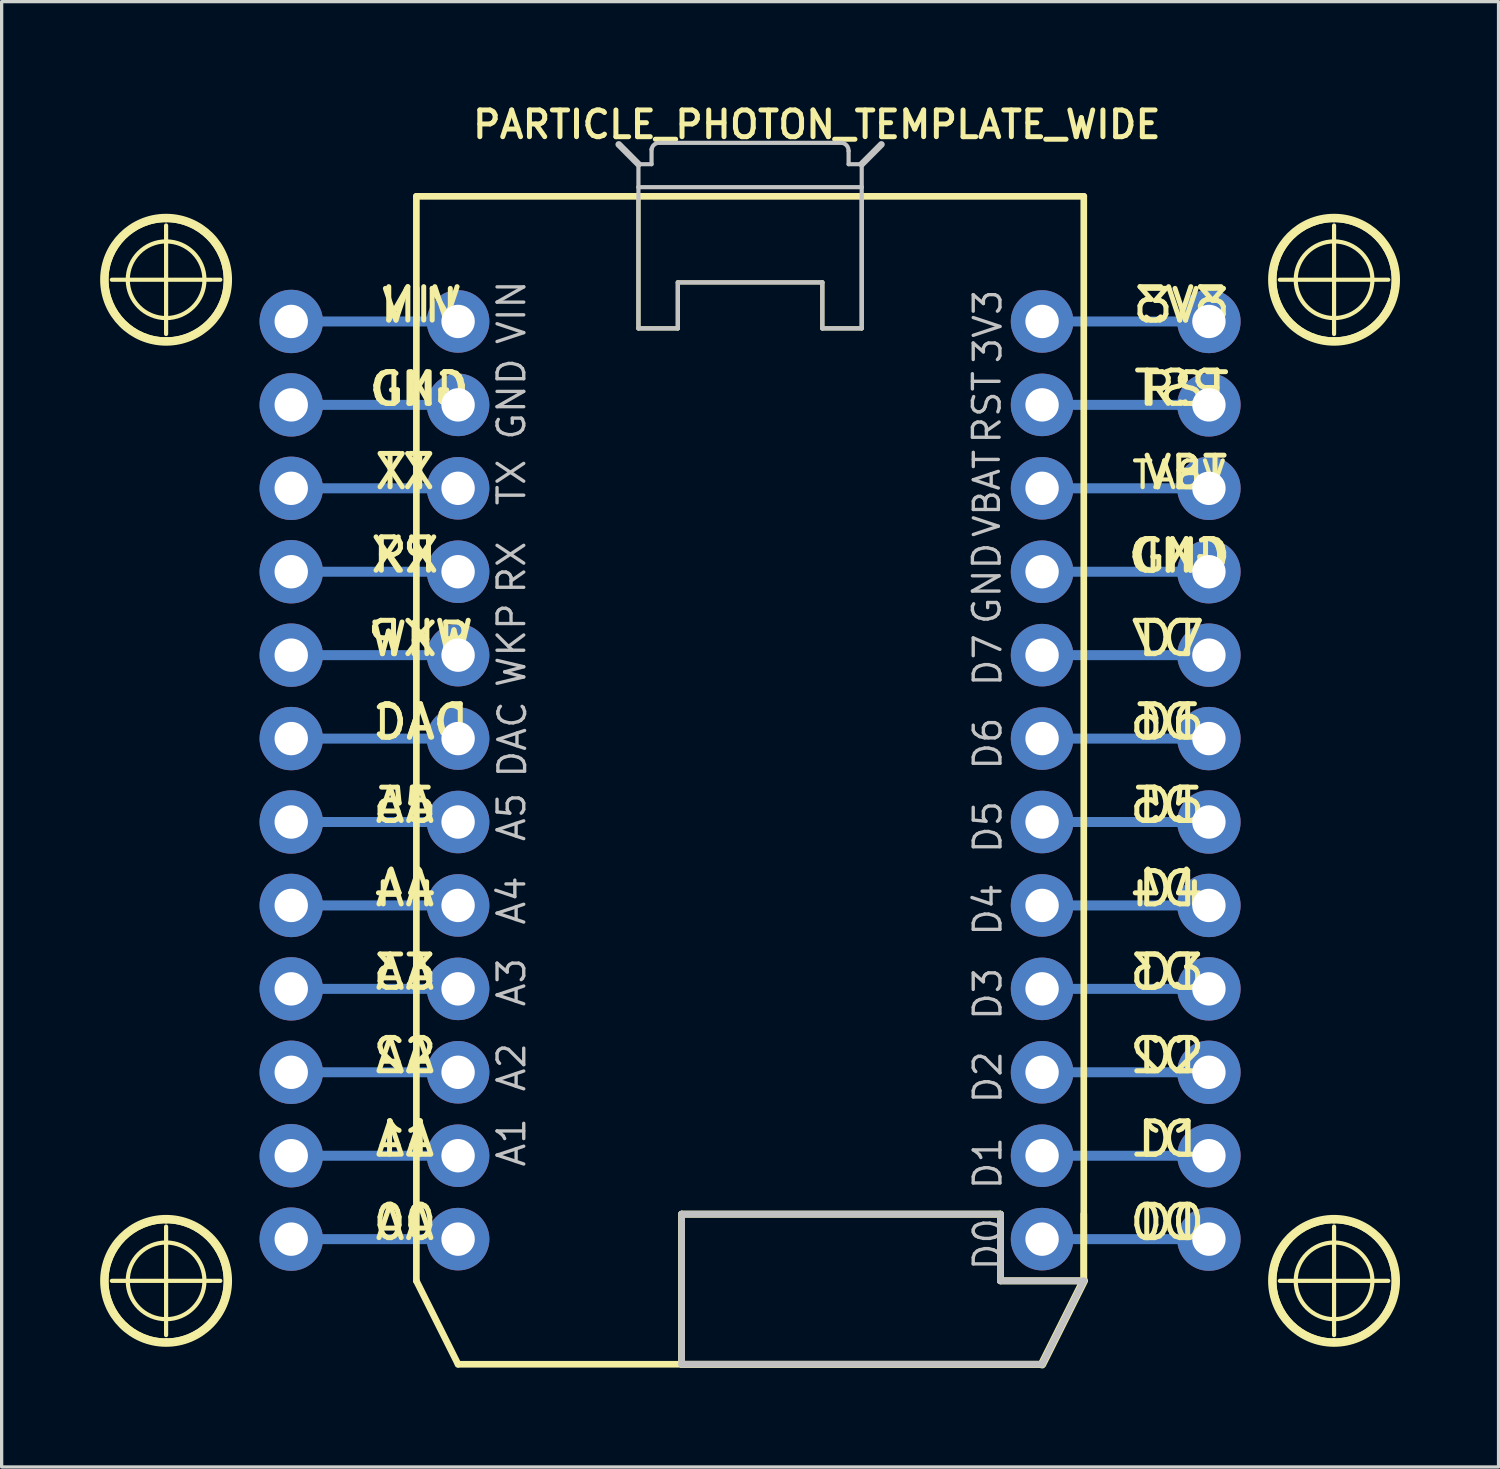
<source format=kicad_pcb>
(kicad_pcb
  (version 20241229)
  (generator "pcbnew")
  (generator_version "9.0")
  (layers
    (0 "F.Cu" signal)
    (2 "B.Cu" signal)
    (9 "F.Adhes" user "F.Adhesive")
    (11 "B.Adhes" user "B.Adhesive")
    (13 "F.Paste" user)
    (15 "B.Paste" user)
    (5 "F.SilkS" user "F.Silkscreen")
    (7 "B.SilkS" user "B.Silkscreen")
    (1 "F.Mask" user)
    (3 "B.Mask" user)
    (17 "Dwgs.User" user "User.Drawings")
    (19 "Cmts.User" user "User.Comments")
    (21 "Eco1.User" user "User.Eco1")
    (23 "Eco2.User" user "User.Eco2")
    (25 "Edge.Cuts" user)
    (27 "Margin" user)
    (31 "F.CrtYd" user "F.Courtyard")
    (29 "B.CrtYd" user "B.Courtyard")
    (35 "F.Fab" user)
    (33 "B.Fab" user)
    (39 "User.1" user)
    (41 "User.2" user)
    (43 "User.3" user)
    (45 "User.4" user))
  (footprint "PARTICLE_PHOTON_TEMPLATE_WIDE"
    (layer "F.Cu")
    (at 19.787 20.707)
    (property "Reference" "PARTICLE_PHOTON_TEMPLATE_WIDE" (at 2.032 -19.964 0) (layer "F.SilkS") (effects (font (size 0.813 0.813) (thickness 0.152))))
    (attr exclude_from_pos_files exclude_from_bom)
    (fp_line (start -13.97 -13.97) (end -8.89 -13.97) (stroke (width 0.305) (type solid)) (layer "B.Cu"))
    (fp_line (start -13.97 -8.89) (end -8.89 -8.89) (stroke (width 0.305) (type solid)) (layer "B.Cu"))
    (fp_line (start -13.97 -6.35) (end -8.89 -6.35) (stroke (width 0.305) (type solid)) (layer "B.Cu"))
    (fp_line (start -13.97 -3.81) (end -8.89 -3.81) (stroke (width 0.305) (type solid)) (layer "B.Cu"))
    (fp_line (start -13.97 -1.27) (end -8.89 -1.27) (stroke (width 0.305) (type solid)) (layer "B.Cu"))
    (fp_line (start -13.97 1.27) (end -8.89 1.27) (stroke (width 0.305) (type solid)) (layer "B.Cu"))
    (fp_line (start -13.97 3.81) (end -8.89 3.81) (stroke (width 0.305) (type solid)) (layer "B.Cu"))
    (fp_line (start -13.97 6.35) (end -8.89 6.35) (stroke (width 0.305) (type solid)) (layer "B.Cu"))
    (fp_line (start -13.97 8.89) (end -8.89 8.89) (stroke (width 0.305) (type solid)) (layer "B.Cu"))
    (fp_line (start -13.97 11.43) (end -8.89 11.43) (stroke (width 0.305) (type solid)) (layer "B.Cu"))
    (fp_line (start -13.97 13.97) (end -8.89 13.97) (stroke (width 0.305) (type solid)) (layer "B.Cu"))
    (fp_line (start -8.89 -11.43) (end -13.97 -11.43) (stroke (width 0.305) (type solid)) (layer "B.Cu"))
    (fp_line (start 8.89 -13.97) (end 13.97 -13.97) (stroke (width 0.305) (type solid)) (layer "B.Cu"))
    (fp_line (start 8.89 -11.43) (end 13.97 -11.43) (stroke (width 0.305) (type solid)) (layer "B.Cu"))
    (fp_line (start 8.89 -8.89) (end 13.97 -8.89) (stroke (width 0.305) (type solid)) (layer "B.Cu"))
    (fp_line (start 8.89 -6.35) (end 13.97 -6.35) (stroke (width 0.305) (type solid)) (layer "B.Cu"))
    (fp_line (start 8.89 -3.81) (end 13.97 -3.81) (stroke (width 0.305) (type solid)) (layer "B.Cu"))
    (fp_line (start 8.89 -1.27) (end 13.97 -1.27) (stroke (width 0.305) (type solid)) (layer "B.Cu"))
    (fp_line (start 8.89 1.27) (end 13.97 1.27) (stroke (width 0.305) (type solid)) (layer "B.Cu"))
    (fp_line (start 8.89 3.81) (end 13.97 3.81) (stroke (width 0.305) (type solid)) (layer "B.Cu"))
    (fp_line (start 8.89 6.35) (end 13.97 6.35) (stroke (width 0.305) (type solid)) (layer "B.Cu"))
    (fp_line (start 8.89 8.89) (end 13.97 8.89) (stroke (width 0.305) (type solid)) (layer "B.Cu"))
    (fp_line (start 8.89 11.43) (end 13.97 11.43) (stroke (width 0.305) (type solid)) (layer "B.Cu"))
    (fp_line (start 8.89 13.97) (end 13.97 13.97) (stroke (width 0.305) (type solid)) (layer "B.Cu"))
    (fp_line (start -19.431 -15.24) (end -16.129 -15.24) (stroke (width 0.127) (type solid)) (layer "F.SilkS"))
    (fp_line (start -19.431 15.24) (end -16.129 15.24) (stroke (width 0.127) (type solid)) (layer "F.SilkS"))
    (fp_line (start -17.78 -13.589) (end -17.78 -16.891) (stroke (width 0.127) (type solid)) (layer "F.SilkS"))
    (fp_line (start -17.78 16.891) (end -17.78 13.589) (stroke (width 0.127) (type solid)) (layer "F.SilkS"))
    (fp_line (start -10.16 -17.78) (end -3.399 -17.78) (stroke (width 0.203) (type solid)) (layer "F.SilkS"))
    (fp_line (start -10.16 15.24) (end -10.16 -17.78) (stroke (width 0.203) (type solid)) (layer "F.SilkS"))
    (fp_line (start -8.89 17.78) (end -10.16 15.24) (stroke (width 0.203) (type solid)) (layer "F.SilkS"))
    (fp_line (start -3.399 -17.78) (end 3.399 -17.78) (stroke (width 0.203) (type solid)) (layer "F.SilkS"))
    (fp_line (start -3.399 -13.759) (end -3.399 -17.78) (stroke (width 0.127) (type solid)) (layer "F.SilkS"))
    (fp_line (start -3.399 -13.759) (end -2.2 -13.759) (stroke (width 0.127) (type solid)) (layer "F.SilkS"))
    (fp_line (start -2.2 -15.159) (end -2.2 -13.759) (stroke (width 0.127) (type solid)) (layer "F.SilkS"))
    (fp_line (start -2.083 13.208) (end -2.083 17.78) (stroke (width 0.203) (type solid)) (layer "F.SilkS"))
    (fp_line (start -2.083 13.208) (end -2.083 17.78) (stroke (width 0.203) (type solid)) (layer "F.SilkS"))
    (fp_line (start -2.083 17.78) (end 8.89 17.78) (stroke (width 0.203) (type solid)) (layer "F.SilkS"))
    (fp_line (start -2.083 17.78) (end 8.89 17.78) (stroke (width 0.203) (type solid)) (layer "F.SilkS"))
    (fp_line (start 2.2 -15.159) (end -2.2 -15.159) (stroke (width 0.127) (type solid)) (layer "F.SilkS"))
    (fp_line (start 2.2 -15.159) (end 2.2 -13.759) (stroke (width 0.127) (type solid)) (layer "F.SilkS"))
    (fp_line (start 3.399 -17.78) (end 3.399 -13.759) (stroke (width 0.127) (type solid)) (layer "F.SilkS"))
    (fp_line (start 3.399 -17.78) (end 10.16 -17.78) (stroke (width 0.203) (type solid)) (layer "F.SilkS"))
    (fp_line (start 3.399 -13.759) (end 2.2 -13.759) (stroke (width 0.127) (type solid)) (layer "F.SilkS"))
    (fp_line (start 7.62 13.208) (end -2.083 13.208) (stroke (width 0.203) (type solid)) (layer "F.SilkS"))
    (fp_line (start 7.62 13.208) (end -2.083 13.208) (stroke (width 0.203) (type solid)) (layer "F.SilkS"))
    (fp_line (start 7.62 15.24) (end 7.62 13.208) (stroke (width 0.203) (type solid)) (layer "F.SilkS"))
    (fp_line (start 7.62 15.24) (end 7.62 13.208) (stroke (width 0.203) (type solid)) (layer "F.SilkS"))
    (fp_line (start 8.89 17.78) (end -8.89 17.78) (stroke (width 0.203) (type solid)) (layer "F.SilkS"))
    (fp_line (start 8.89 17.78) (end 10.16 15.24) (stroke (width 0.203) (type solid)) (layer "F.SilkS"))
    (fp_line (start 8.89 17.78) (end 10.16 15.24) (stroke (width 0.203) (type solid)) (layer "F.SilkS"))
    (fp_line (start 10.16 -17.78) (end 10.16 15.24) (stroke (width 0.203) (type solid)) (layer "F.SilkS"))
    (fp_line (start 10.16 13.208) (end 10.16 15.24) (stroke (width 0.203) (type solid)) (layer "F.SilkS"))
    (fp_line (start 10.16 15.24) (end 7.62 15.24) (stroke (width 0.203) (type solid)) (layer "F.SilkS"))
    (fp_line (start 10.16 15.24) (end 7.62 15.24) (stroke (width 0.203) (type solid)) (layer "F.SilkS"))
    (fp_line (start 10.16 15.24) (end 8.89 17.78) (stroke (width 0.254) (type solid)) (layer "F.SilkS"))
    (fp_line (start 16.129 -15.24) (end 19.431 -15.24) (stroke (width 0.127) (type solid)) (layer "F.SilkS"))
    (fp_line (start 16.129 15.24) (end 19.431 15.24) (stroke (width 0.127) (type solid)) (layer "F.SilkS"))
    (fp_line (start 17.78 -13.589) (end 17.78 -16.891) (stroke (width 0.127) (type solid)) (layer "F.SilkS"))
    (fp_line (start 17.78 16.891) (end 17.78 13.589) (stroke (width 0.127) (type solid)) (layer "F.SilkS"))
    (fp_arc (start -17.78 -17.0942) (mid -15.9258 -15.24) (end -17.78 -13.3858) (stroke (width 0.2032) (type solid)) (layer "F.SilkS"))
    (fp_arc (start -17.78 -17.0942) (mid -15.9258 -15.24) (end -17.78 -13.3858) (stroke (width 0.2032) (type solid)) (layer "F.SilkS"))
    (fp_arc (start -17.78 -13.3858) (mid -19.6342 -15.24) (end -17.78 -17.0942) (stroke (width 0.2032) (type solid)) (layer "F.SilkS"))
    (fp_arc (start -17.78 -13.3858) (mid -19.6342 -15.24) (end -17.78 -17.0942) (stroke (width 0.2032) (type solid)) (layer "F.SilkS"))
    (fp_arc (start -17.78 13.3858) (mid -15.9258 15.24) (end -17.78 17.0942) (stroke (width 0.2032) (type solid)) (layer "F.SilkS"))
    (fp_arc (start -17.78 13.3858) (mid -15.9258 15.24) (end -17.78 17.0942) (stroke (width 0.2032) (type solid)) (layer "F.SilkS"))
    (fp_arc (start -17.78 17.0942) (mid -19.6342 15.24) (end -17.78 13.3858) (stroke (width 0.2032) (type solid)) (layer "F.SilkS"))
    (fp_arc (start -17.78 17.0942) (mid -19.6342 15.24) (end -17.78 13.3858) (stroke (width 0.2032) (type solid)) (layer "F.SilkS"))
    (fp_arc (start 17.78 -17.0942) (mid 19.6342 -15.24) (end 17.78 -13.3858) (stroke (width 0.2032) (type solid)) (layer "F.SilkS"))
    (fp_arc (start 17.78 -17.0942) (mid 19.6342 -15.24) (end 17.78 -13.3858) (stroke (width 0.2032) (type solid)) (layer "F.SilkS"))
    (fp_arc (start 17.78 -13.3858) (mid 15.9258 -15.24) (end 17.78 -17.0942) (stroke (width 0.2032) (type solid)) (layer "F.SilkS"))
    (fp_arc (start 17.78 -13.3858) (mid 15.9258 -15.24) (end 17.78 -17.0942) (stroke (width 0.2032) (type solid)) (layer "F.SilkS"))
    (fp_arc (start 17.78 13.3858) (mid 19.6342 15.24) (end 17.78 17.0942) (stroke (width 0.2032) (type solid)) (layer "F.SilkS"))
    (fp_arc (start 17.78 13.3858) (mid 19.6342 15.24) (end 17.78 17.0942) (stroke (width 0.2032) (type solid)) (layer "F.SilkS"))
    (fp_arc (start 17.78 17.0942) (mid 15.9258 15.24) (end 17.78 13.3858) (stroke (width 0.2032) (type solid)) (layer "F.SilkS"))
    (fp_arc (start 17.78 17.0942) (mid 15.9258 15.24) (end 17.78 13.3858) (stroke (width 0.2032) (type solid)) (layer "F.SilkS"))
    (fp_circle (center -17.78 -15.24) (end -19.177 -16.637) (stroke (width 0.064) (type solid)) (fill no) (layer "F.SilkS"))
    (fp_circle (center -17.78 -15.24) (end -18.605 -16.066) (stroke (width 0.127) (type solid)) (fill no) (layer "F.SilkS"))
    (fp_circle (center -17.78 15.24) (end -19.177 16.637) (stroke (width 0.064) (type solid)) (fill no) (layer "F.SilkS"))
    (fp_circle (center -17.78 15.24) (end -18.605 16.066) (stroke (width 0.127) (type solid)) (fill no) (layer "F.SilkS"))
    (fp_circle (center 17.78 -15.24) (end 18.605 -16.066) (stroke (width 0.127) (type solid)) (fill no) (layer "F.SilkS"))
    (fp_circle (center 17.78 -15.24) (end 19.177 -16.637) (stroke (width 0.064) (type solid)) (fill no) (layer "F.SilkS"))
    (fp_circle (center 17.78 15.24) (end 18.605 16.066) (stroke (width 0.127) (type solid)) (fill no) (layer "F.SilkS"))
    (fp_circle (center 17.78 15.24) (end 19.177 16.637) (stroke (width 0.064) (type solid)) (fill no) (layer "F.SilkS"))
    (fp_line (start -3.399 -18.758) (end -3.998 -19.36) (stroke (width 0.203) (type solid)) (layer "Dwgs.User"))
    (fp_line (start -3.399 -18.059) (end -3.399 -18.758) (stroke (width 0.127) (type solid)) (layer "Dwgs.User"))
    (fp_line (start -3.399 -13.759) (end -3.399 -18.059) (stroke (width 0.127) (type solid)) (layer "Dwgs.User"))
    (fp_line (start -3.399 -13.759) (end -2.2 -13.759) (stroke (width 0.127) (type solid)) (layer "Dwgs.User"))
    (fp_line (start -3 -19.207) (end -3 -18.758) (stroke (width 0.127) (type solid)) (layer "Dwgs.User"))
    (fp_line (start -3 -18.758) (end -3.399 -18.758) (stroke (width 0.127) (type solid)) (layer "Dwgs.User"))
    (fp_line (start -2.2 -15.159) (end -2.2 -13.759) (stroke (width 0.127) (type solid)) (layer "Dwgs.User"))
    (fp_line (start -2.083 13.208) (end -2.083 17.78) (stroke (width 0.203) (type solid)) (layer "Dwgs.User"))
    (fp_line (start -2.083 17.78) (end 8.89 17.78) (stroke (width 0.203) (type solid)) (layer "Dwgs.User"))
    (fp_line (start 2.2 -15.159) (end -2.2 -15.159) (stroke (width 0.127) (type solid)) (layer "Dwgs.User"))
    (fp_line (start 2.2 -15.159) (end 2.2 -13.759) (stroke (width 0.127) (type solid)) (layer "Dwgs.User"))
    (fp_line (start 2.799 -19.408) (end -2.748 -19.408) (stroke (width 0.127) (type solid)) (layer "Dwgs.User"))
    (fp_line (start 3 -18.758) (end 3 -19.159) (stroke (width 0.127) (type solid)) (layer "Dwgs.User"))
    (fp_line (start 3.399 -18.758) (end 3 -18.758) (stroke (width 0.127) (type solid)) (layer "Dwgs.User"))
    (fp_line (start 3.399 -18.758) (end 3.399 -18.059) (stroke (width 0.127) (type solid)) (layer "Dwgs.User"))
    (fp_line (start 3.399 -18.758) (end 3.998 -19.36) (stroke (width 0.203) (type solid)) (layer "Dwgs.User"))
    (fp_line (start 3.399 -18.059) (end -3.399 -18.059) (stroke (width 0.127) (type solid)) (layer "Dwgs.User"))
    (fp_line (start 3.399 -18.059) (end 3.399 -13.759) (stroke (width 0.127) (type solid)) (layer "Dwgs.User"))
    (fp_line (start 3.399 -13.759) (end 2.2 -13.759) (stroke (width 0.127) (type solid)) (layer "Dwgs.User"))
    (fp_line (start 7.62 13.208) (end -2.083 13.208) (stroke (width 0.203) (type solid)) (layer "Dwgs.User"))
    (fp_line (start 7.62 15.24) (end 7.62 13.208) (stroke (width 0.203) (type solid)) (layer "Dwgs.User"))
    (fp_line (start 10.16 15.24) (end 7.62 15.24) (stroke (width 0.203) (type solid)) (layer "Dwgs.User"))
    (fp_line (start 10.16 15.24) (end 8.89 17.78) (stroke (width 0.203) (type solid)) (layer "Dwgs.User"))
    (fp_arc (start -2.99974 -19.20748) (mid -2.914465 -19.357069) (end -2.750764 -19.410461) (stroke (width 0.127) (type solid)) (layer "Dwgs.User"))
    (fp_arc (start 2.79908 -19.40814) (mid 2.946301 -19.321817) (end 2.997236 -19.158933) (stroke (width 0.127) (type solid)) (layer "Dwgs.User"))
    (fp_text user "A0" (at -10.541 13.462 0) (layer "F.SilkS") (effects (font (size 1.016 1.016) (thickness 0.152)) (justify mirror)))
    (fp_text user "D7" (at 12.827 -4.318 0) (layer "F.SilkS") (effects (font (size 1.016 1.016) (thickness 0.152))))
    (fp_text user "3V3" (at 13.259 -14.45 0) (layer "F.SilkS") (effects (font (size 0.965 0.965) (thickness 0.152))))
    (fp_text user "DAC" (at -10.033 -1.778 0) (layer "F.SilkS") (effects (font (size 1.016 1.016) (thickness 0.152)) (justify mirror)))
    (fp_text user "A5" (at -10.477 0.762 0) (layer "F.SilkS") (effects (font (size 1.016 1.016) (thickness 0.152))))
    (fp_text user "DAC" (at -10.046 -1.753 0) (layer "F.SilkS") (effects (font (size 0.965 0.965) (thickness 0.152))))
    (fp_text user "A1" (at -10.477 10.922 0) (layer "F.SilkS") (effects (font (size 1.016 1.016) (thickness 0.152))))
    (fp_text user "A5" (at -10.541 0.762 0) (layer "F.SilkS") (effects (font (size 1.016 1.016) (thickness 0.152)) (justify mirror)))
    (fp_text user "D7" (at 12.573 -4.318 0) (layer "F.SilkS") (effects (font (size 1.016 1.016) (thickness 0.152)) (justify mirror)))
    (fp_text user "RX" (at -10.541 -6.858 0) (layer "F.SilkS") (effects (font (size 1.016 1.016) (thickness 0.152)) (justify mirror)))
    (fp_text user "GND" (at -10.046 -11.913 0) (layer "F.SilkS") (effects (font (size 0.965 0.965) (thickness 0.152))))
    (fp_text user "TX" (at -10.541 -9.398 0) (layer "F.SilkS") (effects (font (size 1.016 1.016) (thickness 0.152)) (justify mirror)))
    (fp_text user "A0" (at -10.477 13.462 0) (layer "F.SilkS") (effects (font (size 1.016 1.016) (thickness 0.152))))
    (fp_text user "WKP" (at -10.033 -4.318 0) (layer "F.SilkS") (effects (font (size 1.016 1.016) (thickness 0.152)) (justify mirror)))
    (fp_text user "VIN" (at -10.046 -14.45 0) (layer "F.SilkS") (effects (font (size 0.965 0.965) (thickness 0.152))))
    (fp_text user "RX" (at -10.477 -6.858 0) (layer "F.SilkS") (effects (font (size 1.016 1.016) (thickness 0.152))))
    (fp_text user "D4" (at 12.573 3.302 0) (layer "F.SilkS") (effects (font (size 1.016 1.016) (thickness 0.152)) (justify mirror)))
    (fp_text user "D5" (at 12.827 0.762 0) (layer "F.SilkS") (effects (font (size 1.016 1.016) (thickness 0.152))))
    (fp_text user "3V3" (at 13.081 -14.475 0) (layer "F.SilkS") (effects (font (size 1.016 1.016) (thickness 0.152)) (justify mirror)))
    (fp_text user "GND" (at -10.109 -11.913 0) (layer "F.SilkS") (effects (font (size 0.965 0.965) (thickness 0.152)) (justify mirror)))
    (fp_text user "D1" (at 12.827 10.922 0) (layer "F.SilkS") (effects (font (size 1.016 1.016) (thickness 0.152))))
    (fp_text user "VIN" (at -10.033 -14.475 0) (layer "F.SilkS") (effects (font (size 1.016 1.016) (thickness 0.152)) (justify mirror)))
    (fp_text user "VBT" (at 13.259 -9.373 0) (layer "F.SilkS") (effects (font (size 0.965 0.965) (thickness 0.152))))
    (fp_text user "VBAT" (at 13.056 -9.296 0) (layer "F.SilkS") (effects (font (size 0.813 0.813) (thickness 0.127)) (justify mirror)))
    (fp_text user "D6" (at 12.827 -1.778 0) (layer "F.SilkS") (effects (font (size 1.016 1.016) (thickness 0.152))))
    (fp_text user "A2" (at -10.477 8.382 0) (layer "F.SilkS") (effects (font (size 1.016 1.016) (thickness 0.152))))
    (fp_text user "D2" (at 12.827 8.382 0) (layer "F.SilkS") (effects (font (size 1.016 1.016) (thickness 0.152))))
    (fp_text user "RST" (at 13.081 -11.938 0) (layer "F.SilkS") (effects (font (size 1.016 1.016) (thickness 0.152)) (justify mirror)))
    (fp_text user "A1" (at -10.541 10.922 0) (layer "F.SilkS") (effects (font (size 1.016 1.016) (thickness 0.152)) (justify mirror)))
    (fp_text user "D5" (at 12.573 0.762 0) (layer "F.SilkS") (effects (font (size 1.016 1.016) (thickness 0.152)) (justify mirror)))
    (fp_text user "A4" (at -10.541 3.302 0) (layer "F.SilkS") (effects (font (size 1.016 1.016) (thickness 0.152)) (justify mirror)))
    (fp_text user "D2" (at 12.573 8.382 0) (layer "F.SilkS") (effects (font (size 1.016 1.016) (thickness 0.152)) (justify mirror)))
    (fp_text user "D0" (at 12.573 13.462 0) (layer "F.SilkS") (effects (font (size 1.016 1.016) (thickness 0.152)) (justify mirror)))
    (fp_text user "D1" (at 12.573 10.922 0) (layer "F.SilkS") (effects (font (size 1.016 1.016) (thickness 0.152)) (justify mirror)))
    (fp_text user "A3" (at -10.477 5.842 0) (layer "F.SilkS") (effects (font (size 1.016 1.016) (thickness 0.152))))
    (fp_text user "GND" (at 13.005 -6.833 0) (layer "F.SilkS") (effects (font (size 0.965 0.965) (thickness 0.152)) (justify mirror)))
    (fp_text user "A4" (at -10.477 3.302 0) (layer "F.SilkS") (effects (font (size 1.016 1.016) (thickness 0.152))))
    (fp_text user "D0" (at 12.827 13.462 0) (layer "F.SilkS") (effects (font (size 1.016 1.016) (thickness 0.152))))
    (fp_text user "GND" (at 13.132 -6.833 0) (layer "F.SilkS") (effects (font (size 0.965 0.965) (thickness 0.152))))
    (fp_text user "D3" (at 12.827 5.842 0) (layer "F.SilkS") (effects (font (size 1.016 1.016) (thickness 0.152))))
    (fp_text user "A2" (at -10.541 8.382 0) (layer "F.SilkS") (effects (font (size 1.016 1.016) (thickness 0.152)) (justify mirror)))
    (fp_text user "RST" (at 13.259 -11.913 0) (layer "F.SilkS") (effects (font (size 0.965 0.965) (thickness 0.152))))
    (fp_text user "A3" (at -10.541 5.842 0) (layer "F.SilkS") (effects (font (size 1.016 1.016) (thickness 0.152)) (justify mirror)))
    (fp_text user "TX" (at -10.477 -9.398 0) (layer "F.SilkS") (effects (font (size 1.016 1.016) (thickness 0.152))))
    (fp_text user "D6" (at 12.573 -1.778 0) (layer "F.SilkS") (effects (font (size 1.016 1.016) (thickness 0.152)) (justify mirror)))
    (fp_text user "D3" (at 12.573 5.842 0) (layer "F.SilkS") (effects (font (size 1.016 1.016) (thickness 0.152)) (justify mirror)))
    (fp_text user "WKP" (at -10.046 -4.293 0) (layer "F.SilkS") (effects (font (size 0.965 0.965) (thickness 0.152))))
    (fp_text user "D4" (at 12.827 3.302 0) (layer "F.SilkS") (effects (font (size 1.016 1.016) (thickness 0.152))))
    (fp_text user "WKP" (at -7.262 -4.115 90) (layer "Dwgs.User") (effects (font (size 0.813 0.813) (thickness 0.102))))
    (fp_text user "A4" (at -7.262 3.658 90) (layer "Dwgs.User") (effects (font (size 0.813 0.813) (thickness 0.102))))
    (fp_text user "A1" (at -7.262 11.024 90) (layer "Dwgs.User") (effects (font (size 0.813 0.813) (thickness 0.102))))
    (fp_text user "A5" (at -7.262 1.118 90) (layer "Dwgs.User") (effects (font (size 0.813 0.813) (thickness 0.102))))
    (fp_text user "3V3" (at 7.236 -13.818 270) (layer "Dwgs.User") (effects (font (size 0.813 0.813) (thickness 0.102))))
    (fp_text user "GND" (at -7.262 -11.608 90) (layer "Dwgs.User") (effects (font (size 0.813 0.813) (thickness 0.102))))
    (fp_text user "VBAT" (at 7.211 -8.735 270) (layer "Dwgs.User") (effects (font (size 0.762 0.762) (thickness 0.102))))
    (fp_text user "D1" (at 7.236 11.659 270) (layer "Dwgs.User") (effects (font (size 0.813 0.813) (thickness 0.102))))
    (fp_text user "D5" (at 7.236 1.422 270) (layer "Dwgs.User") (effects (font (size 0.813 0.813) (thickness 0.102))))
    (fp_text user "D7" (at 7.236 -3.658 270) (layer "Dwgs.User") (effects (font (size 0.813 0.813) (thickness 0.102))))
    (fp_text user "DAC" (at -7.236 -1.245 90) (layer "Dwgs.User") (effects (font (size 0.813 0.813) (thickness 0.102))))
    (fp_text user "RX" (at -7.262 -6.477 90) (layer "Dwgs.User") (effects (font (size 0.813 0.813) (thickness 0.102))))
    (fp_text user "D4" (at 7.236 3.937 270) (layer "Dwgs.User") (effects (font (size 0.813 0.813) (thickness 0.102))))
    (fp_text user "VIN" (at -7.262 -14.249 90) (layer "Dwgs.User") (effects (font (size 0.813 0.813) (thickness 0.102))))
    (fp_text user "D2" (at 7.236 9.042 270) (layer "Dwgs.User") (effects (font (size 0.813 0.813) (thickness 0.102))))
    (fp_text user "D0" (at 7.236 14.122 270) (layer "Dwgs.User") (effects (font (size 0.813 0.813) (thickness 0.102))))
    (fp_text user "D6" (at 7.236 -1.118 270) (layer "Dwgs.User") (effects (font (size 0.813 0.813) (thickness 0.102))))
    (fp_text user "TX" (at -7.262 -9.068 90) (layer "Dwgs.User") (effects (font (size 0.813 0.813) (thickness 0.102))))
    (fp_text user "A2" (at -7.262 8.735 90) (layer "Dwgs.User") (effects (font (size 0.813 0.813) (thickness 0.102))))
    (fp_text user "GND" (at 7.211 -5.994 270) (layer "Dwgs.User") (effects (font (size 0.813 0.813) (thickness 0.102))))
    (fp_text user "RST" (at 7.211 -11.354 270) (layer "Dwgs.User") (effects (font (size 0.813 0.813) (thickness 0.102))))
    (fp_text user "A3" (at -7.262 6.147 90) (layer "Dwgs.User") (effects (font (size 0.813 0.813) (thickness 0.102))))
    (fp_text user "D3" (at 7.236 6.502 270) (layer "Dwgs.User") (effects (font (size 0.813 0.813) (thickness 0.102))))
    (pad "1" thru_hole circle (at -8.89 -13.97) (size 1.905 1.905) (drill 1.016) (layers "*.Cu" "*.Paste" "*.Mask"))
    (pad "2" thru_hole circle (at -8.89 -11.43) (size 1.905 1.905) (drill 1.016) (layers "*.Cu" "*.Paste" "*.Mask"))
    (pad "3" thru_hole circle (at -8.89 -8.89) (size 1.905 1.905) (drill 1.016) (layers "*.Cu" "*.Paste" "*.Mask"))
    (pad "3V3" thru_hole circle (at 13.97 -13.97) (size 1.93 1.93) (drill 1.016) (layers "*.Cu" "*.Paste" "*.Mask"))
    (pad "4" thru_hole circle (at -8.89 -6.35) (size 1.905 1.905) (drill 1.016) (layers "*.Cu" "*.Paste" "*.Mask"))
    (pad "5" thru_hole circle (at -8.89 -3.81) (size 1.905 1.905) (drill 1.016) (layers "*.Cu" "*.Paste" "*.Mask"))
    (pad "6" thru_hole circle (at -8.89 -1.27) (size 1.905 1.905) (drill 1.016) (layers "*.Cu" "*.Paste" "*.Mask"))
    (pad "7" thru_hole circle (at -8.89 1.27) (size 1.905 1.905) (drill 1.016) (layers "*.Cu" "*.Paste" "*.Mask"))
    (pad "8" thru_hole circle (at -8.89 3.81) (size 1.905 1.905) (drill 1.016) (layers "*.Cu" "*.Paste" "*.Mask"))
    (pad "9" thru_hole circle (at -8.89 6.35) (size 1.905 1.905) (drill 1.016) (layers "*.Cu" "*.Paste" "*.Mask"))
    (pad "10" thru_hole circle (at -8.89 8.89) (size 1.905 1.905) (drill 1.016) (layers "*.Cu" "*.Paste" "*.Mask"))
    (pad "11" thru_hole circle (at -8.89 11.43) (size 1.905 1.905) (drill 1.016) (layers "*.Cu" "*.Paste" "*.Mask"))
    (pad "12" thru_hole circle (at -8.89 13.97) (size 1.905 1.905) (drill 1.016) (layers "*.Cu" "*.Paste" "*.Mask"))
    (pad "13" thru_hole circle (at 8.89 13.97) (size 1.905 1.905) (drill 1.016) (layers "*.Cu" "*.Paste" "*.Mask"))
    (pad "14" thru_hole circle (at 8.89 11.43) (size 1.905 1.905) (drill 1.016) (layers "*.Cu" "*.Paste" "*.Mask"))
    (pad "15" thru_hole circle (at 8.89 8.89) (size 1.905 1.905) (drill 1.016) (layers "*.Cu" "*.Paste" "*.Mask"))
    (pad "16" thru_hole circle (at 8.89 6.35) (size 1.905 1.905) (drill 1.016) (layers "*.Cu" "*.Paste" "*.Mask"))
    (pad "17" thru_hole circle (at 8.89 3.81) (size 1.905 1.905) (drill 1.016) (layers "*.Cu" "*.Paste" "*.Mask"))
    (pad "18" thru_hole circle (at 8.89 1.27) (size 1.905 1.905) (drill 1.016) (layers "*.Cu" "*.Paste" "*.Mask"))
    (pad "19" thru_hole circle (at 8.89 -1.27) (size 1.905 1.905) (drill 1.016) (layers "*.Cu" "*.Paste" "*.Mask"))
    (pad "20" thru_hole circle (at 8.89 -3.81) (size 1.905 1.905) (drill 1.016) (layers "*.Cu" "*.Paste" "*.Mask"))
    (pad "21" thru_hole circle (at 8.89 -6.35) (size 1.905 1.905) (drill 1.016) (layers "*.Cu" "*.Paste" "*.Mask"))
    (pad "22" thru_hole circle (at 8.89 -8.89) (size 1.905 1.905) (drill 1.016) (layers "*.Cu" "*.Paste" "*.Mask"))
    (pad "23" thru_hole circle (at 8.89 -11.43) (size 1.905 1.905) (drill 1.016) (layers "*.Cu" "*.Paste" "*.Mask"))
    (pad "24" thru_hole circle (at 8.89 -13.97) (size 1.905 1.905) (drill 1.016) (layers "*.Cu" "*.Paste" "*.Mask"))
    (pad "A0" thru_hole circle (at -13.97 13.97) (size 1.93 1.93) (drill 1.016) (layers "*.Cu" "*.Paste" "*.Mask"))
    (pad "A1" thru_hole circle (at -13.97 11.43) (size 1.93 1.93) (drill 1.016) (layers "*.Cu" "*.Paste" "*.Mask"))
    (pad "A2" thru_hole circle (at -13.97 8.89) (size 1.93 1.93) (drill 1.016) (layers "*.Cu" "*.Paste" "*.Mask"))
    (pad "A3" thru_hole circle (at -13.97 6.35) (size 1.93 1.93) (drill 1.016) (layers "*.Cu" "*.Paste" "*.Mask"))
    (pad "A4" thru_hole circle (at -13.97 3.81) (size 1.93 1.93) (drill 1.016) (layers "*.Cu" "*.Paste" "*.Mask"))
    (pad "A5" thru_hole circle (at -13.97 1.27) (size 1.93 1.93) (drill 1.016) (layers "*.Cu" "*.Paste" "*.Mask"))
    (pad "D0" thru_hole circle (at 13.97 13.97) (size 1.93 1.93) (drill 1.016) (layers "*.Cu" "*.Paste" "*.Mask"))
    (pad "D1" thru_hole circle (at 13.97 11.43) (size 1.93 1.93) (drill 1.016) (layers "*.Cu" "*.Paste" "*.Mask"))
    (pad "D2" thru_hole circle (at 13.97 8.89) (size 1.93 1.93) (drill 1.016) (layers "*.Cu" "*.Paste" "*.Mask"))
    (pad "D3" thru_hole circle (at 13.97 6.35) (size 1.93 1.93) (drill 1.016) (layers "*.Cu" "*.Paste" "*.Mask"))
    (pad "D4" thru_hole circle (at 13.97 3.81) (size 1.93 1.93) (drill 1.016) (layers "*.Cu" "*.Paste" "*.Mask"))
    (pad "D5" thru_hole circle (at 13.97 1.27) (size 1.93 1.93) (drill 1.016) (layers "*.Cu" "*.Paste" "*.Mask"))
    (pad "D6" thru_hole circle (at 13.97 -1.27) (size 1.93 1.93) (drill 1.016) (layers "*.Cu" "*.Paste" "*.Mask"))
    (pad "D7" thru_hole circle (at 13.97 -3.81) (size 1.93 1.93) (drill 1.016) (layers "*.Cu" "*.Paste" "*.Mask"))
    (pad "DAC" thru_hole circle (at -13.97 -1.27) (size 1.93 1.93) (drill 1.016) (layers "*.Cu" "*.Paste" "*.Mask"))
    (pad "GND@" thru_hole circle (at -13.97 -11.43) (size 1.93 1.93) (drill 1.016) (layers "*.Cu" "*.Paste" "*.Mask"))
    (pad "GND@" thru_hole circle (at 13.97 -6.35) (size 1.93 1.93) (drill 1.016) (layers "*.Cu" "*.Paste" "*.Mask"))
    (pad "RST" thru_hole circle (at 13.97 -11.43) (size 1.93 1.93) (drill 1.016) (layers "*.Cu" "*.Paste" "*.Mask"))
    (pad "RX" thru_hole circle (at -13.97 -6.35) (size 1.93 1.93) (drill 1.016) (layers "*.Cu" "*.Paste" "*.Mask"))
    (pad "TX" thru_hole circle (at -13.97 -8.89) (size 1.93 1.93) (drill 1.016) (layers "*.Cu" "*.Paste" "*.Mask"))
    (pad "VBAT" thru_hole circle (at 13.97 -8.89) (size 1.93 1.93) (drill 1.016) (layers "*.Cu" "*.Paste" "*.Mask"))
    (pad "VIN" thru_hole circle (at -13.97 -13.97) (size 1.93 1.93) (drill 1.016) (layers "*.Cu" "*.Paste" "*.Mask"))
    (pad "WKP" thru_hole circle (at -13.97 -3.81) (size 1.93 1.93) (drill 1.016) (layers "*.Cu" "*.Paste" "*.Mask")))
  (gr_rect
    (start -3 -3)
    (end 42.575 41.614)
    (stroke (width 0.1) (type default))
    (fill no)
    (layer "Edge.Cuts")))
</source>
